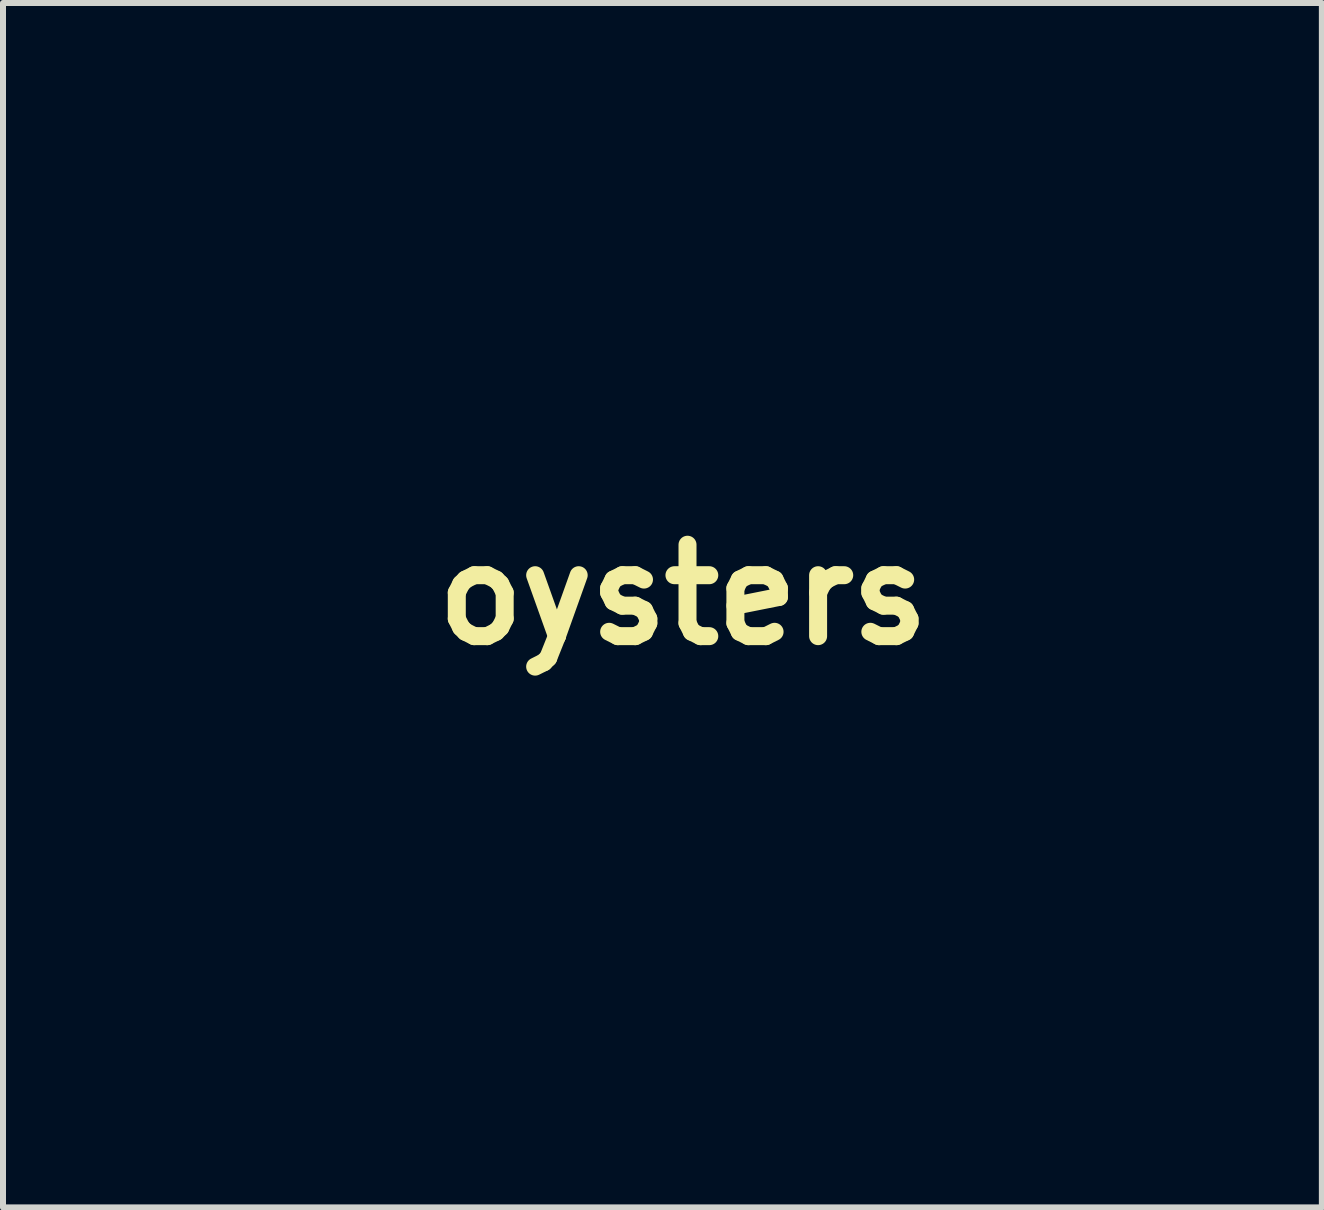
<source format=kicad_pcb>
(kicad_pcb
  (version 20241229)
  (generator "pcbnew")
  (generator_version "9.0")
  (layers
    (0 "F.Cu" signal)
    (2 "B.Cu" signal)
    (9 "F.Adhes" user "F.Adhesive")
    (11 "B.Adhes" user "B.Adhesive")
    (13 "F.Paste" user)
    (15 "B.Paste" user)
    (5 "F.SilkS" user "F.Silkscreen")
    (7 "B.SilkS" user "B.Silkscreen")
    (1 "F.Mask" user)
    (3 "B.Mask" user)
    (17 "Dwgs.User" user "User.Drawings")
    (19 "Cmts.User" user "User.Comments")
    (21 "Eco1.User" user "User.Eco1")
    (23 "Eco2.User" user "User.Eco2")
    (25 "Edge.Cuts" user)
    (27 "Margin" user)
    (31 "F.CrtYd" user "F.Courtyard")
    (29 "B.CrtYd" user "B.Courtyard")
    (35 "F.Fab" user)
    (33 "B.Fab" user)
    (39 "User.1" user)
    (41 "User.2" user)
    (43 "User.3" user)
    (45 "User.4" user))
  (footprint "oysters"
    (layer "F.Cu")
    (at 8.339 6.866)
    (property "Reference" "oysters" (at 0 0 0) (layer "F.SilkS") (effects (font (size 1.524 1.524) (thickness 0.3))))
    (attr board_only exclude_from_pos_files exclude_from_bom)
    (fp_poly (pts (xy 1.568 -3.214) (xy 1.646 -3.127) (xy 1.729 -3.004) (xy 1.807 -2.863) (xy 1.869 -2.721) (xy 1.905 -2.598) (xy 1.91 -2.55) (xy 1.89 -2.433) (xy 1.842 -2.357) (xy 1.78 -2.329) (xy 1.718 -2.358) (xy 1.683 -2.416) (xy 1.645 -2.515) (xy 1.605 -2.622) (xy 1.551 -2.72) (xy 1.464 -2.833) (xy 1.411 -2.89) (xy 1.328 -2.979) (xy 1.273 -3.051) (xy 1.261 -3.08) (xy 1.291 -3.132) (xy 1.364 -3.19) (xy 1.45 -3.234) (xy 1.505 -3.247)) (stroke (width 0) (type solid)) (fill yes) (layer "F.Mask"))
    (fp_poly (pts (xy -6.883 1.053) (xy -6.784 1.12) (xy -6.744 1.233) (xy -6.75 1.325) (xy -6.792 1.49) (xy -6.86 1.591) (xy -6.964 1.637) (xy -7.034 1.642) (xy -7.174 1.62) (xy -7.278 1.549) (xy -7.356 1.423) (xy -7.362 1.312) (xy -7.069 1.312) (xy -7.06 1.378) (xy -7.05 1.399) (xy -7.002 1.475) (xy -6.963 1.476) (xy -6.931 1.4) (xy -6.93 1.396) (xy -6.92 1.295) (xy -6.952 1.248) (xy -7.019 1.264) (xy -7.024 1.267) (xy -7.069 1.312) (xy -7.362 1.312) (xy -7.364 1.282) (xy -7.3 1.142) (xy -7.293 1.132) (xy -7.223 1.065) (xy -7.134 1.036) (xy -7.044 1.031)) (stroke (width 0) (type solid)) (fill yes) (layer "F.Mask"))
    (fp_poly (pts (xy -6.393 4.115) (xy -6.345 4.129) (xy -6.198 4.208) (xy -6.102 4.336) (xy -6.063 4.5) (xy -6.084 4.689) (xy -6.113 4.774) (xy -6.193 4.887) (xy -6.321 4.98) (xy -6.468 5.034) (xy -6.539 5.042) (xy -6.676 5.042) (xy -6.643 5.185) (xy -6.615 5.326) (xy -6.61 5.444) (xy -6.63 5.56) (xy -6.682 5.692) (xy -6.768 5.861) (xy -6.816 5.947) (xy -6.864 5.971) (xy -6.958 5.988) (xy -7.069 5.997) (xy -7.168 5.994) (xy -7.213 5.984) (xy -7.305 5.907) (xy -7.385 5.772) (xy -7.445 5.599) (xy -7.447 5.589) (xy -7.092 5.589) (xy -7.086 5.612) (xy -7.066 5.615) (xy -7.035 5.601) (xy -7.041 5.589) (xy -7.086 5.585) (xy -7.092 5.589) (xy -7.447 5.589) (xy -7.468 5.477) (xy -7.479 5.361) (xy -7.464 5.28) (xy -7.413 5.2) (xy -7.362 5.14) (xy -7.266 5.043) (xy -7.172 4.992) (xy -7.044 4.967) (xy -6.927 4.946) (xy -6.875 4.918) (xy -6.871 4.888) (xy -6.917 4.639) (xy -6.908 4.438) (xy -6.842 4.278) (xy -6.737 4.167) (xy -6.638 4.107) (xy -6.532 4.09)) (stroke (width 0) (type solid)) (fill yes) (layer "F.Mask"))
    (fp_poly (pts (xy 2.256 -3.272) (xy 2.365 -3.21) (xy 2.522 -3.109) (xy 2.537 -3.099) (xy 2.674 -2.994) (xy 2.813 -2.867) (xy 2.941 -2.73) (xy 3.045 -2.599) (xy 3.113 -2.488) (xy 3.132 -2.423) (xy 3.12 -2.327) (xy 3.089 -2.202) (xy 3.048 -2.074) (xy 3.005 -1.967) (xy 2.966 -1.905) (xy 2.96 -1.9) (xy 2.91 -1.84) (xy 2.903 -1.807) (xy 2.874 -1.644) (xy 2.799 -1.491) (xy 2.696 -1.383) (xy 2.597 -1.32) (xy 2.543 -1.304) (xy 2.523 -1.334) (xy 2.521 -1.367) (xy 2.539 -1.446) (xy 2.556 -1.472) (xy 2.586 -1.531) (xy 2.622 -1.64) (xy 2.659 -1.776) (xy 2.69 -1.914) (xy 2.709 -2.029) (xy 2.712 -2.073) (xy 2.69 -2.19) (xy 2.631 -2.345) (xy 2.546 -2.515) (xy 2.446 -2.677) (xy 2.392 -2.75) (xy 2.317 -2.849) (xy 2.267 -2.927) (xy 2.266 -2.93) (xy 2.497 -2.93) (xy 2.504 -2.888) (xy 2.547 -2.802) (xy 2.617 -2.688) (xy 2.63 -2.668) (xy 2.707 -2.548) (xy 2.763 -2.45) (xy 2.788 -2.393) (xy 2.788 -2.39) (xy 2.809 -2.329) (xy 2.85 -2.258) (xy 2.901 -2.201) (xy 2.935 -2.208) (xy 2.945 -2.221) (xy 2.975 -2.304) (xy 2.979 -2.34) (xy 2.957 -2.417) (xy 2.901 -2.521) (xy 2.821 -2.637) (xy 2.729 -2.751) (xy 2.638 -2.849) (xy 2.56 -2.915) (xy 2.506 -2.935) (xy 2.497 -2.93) (xy 2.266 -2.93) (xy 2.254 -2.958) (xy 2.229 -3.007) (xy 2.169 -3.082) (xy 2.152 -3.1) (xy 2.089 -3.177) (xy 2.078 -3.229) (xy 2.098 -3.262) (xy 2.135 -3.293) (xy 2.183 -3.298)) (stroke (width 0) (type solid)) (fill yes) (layer "F.Mask"))
    (fp_poly (pts (xy -5.586 2.458) (xy -5.505 2.524) (xy -5.483 2.573) (xy -5.463 2.673) (xy -5.443 2.766) (xy -5.444 2.857) (xy -5.471 2.964) (xy -5.514 3.062) (xy -5.562 3.123) (xy -5.585 3.132) (xy -5.614 3.161) (xy -5.615 3.17) (xy -5.582 3.2) (xy -5.524 3.208) (xy -5.432 3.232) (xy -5.333 3.288) (xy -5.329 3.291) (xy -5.27 3.344) (xy -5.241 3.401) (xy -5.235 3.486) (xy -5.241 3.597) (xy -5.267 3.772) (xy -5.327 3.914) (xy -5.37 3.982) (xy -5.446 4.08) (xy -5.514 4.13) (xy -5.604 4.149) (xy -5.654 4.153) (xy -5.825 4.137) (xy -5.919 4.095) (xy -6.018 4.019) (xy -6.106 3.944) (xy -6.186 3.884) (xy -6.252 3.858) (xy -6.253 3.858) (xy -6.314 3.832) (xy -6.395 3.77) (xy -6.417 3.749) (xy -6.431 3.733) (xy -5.832 3.733) (xy -5.815 3.814) (xy -5.783 3.846) (xy -5.709 3.883) (xy -5.653 3.863) (xy -5.603 3.778) (xy -5.578 3.713) (xy -5.549 3.613) (xy -5.54 3.546) (xy -5.543 3.534) (xy -5.588 3.536) (xy -5.669 3.566) (xy -5.683 3.573) (xy -5.786 3.648) (xy -5.832 3.733) (xy -6.431 3.733) (xy -6.487 3.669) (xy -6.508 3.598) (xy -6.494 3.497) (xy -6.492 3.491) (xy -6.44 3.36) (xy -6.358 3.256) (xy -6.262 3.196) (xy -6.178 3.192) (xy -6.123 3.201) (xy -6.123 3.163) (xy -6.13 3.146) (xy -6.182 2.951) (xy -6.173 2.831) (xy -5.784 2.831) (xy -5.783 2.871) (xy -5.742 2.887) (xy -5.718 2.869) (xy -5.694 2.82) (xy -5.701 2.804) (xy -5.747 2.796) (xy -5.784 2.831) (xy -6.173 2.831) (xy -6.171 2.804) (xy -6.119 2.703) (xy -6.022 2.591) (xy -5.904 2.493) (xy -5.808 2.44) (xy -5.696 2.426)) (stroke (width 0) (type solid)) (fill yes) (layer "F.Mask"))
    (fp_poly (pts (xy -7.81 1.463) (xy -7.703 1.505) (xy -7.593 1.586) (xy -7.502 1.685) (xy -7.453 1.78) (xy -7.449 1.805) (xy -7.421 1.861) (xy -7.389 1.872) (xy -7.324 1.897) (xy -7.243 1.959) (xy -7.233 1.968) (xy -7.172 2.042) (xy -7.152 2.117) (xy -7.163 2.226) (xy -7.188 2.345) (xy -7.219 2.441) (xy -7.226 2.457) (xy -7.253 2.527) (xy -7.238 2.543) (xy -7.197 2.506) (xy -7.161 2.453) (xy -7.049 2.332) (xy -6.904 2.269) (xy -6.743 2.268) (xy -6.583 2.329) (xy -6.512 2.38) (xy -6.413 2.482) (xy -6.365 2.581) (xy -6.355 2.647) (xy -6.369 2.81) (xy -6.427 2.984) (xy -6.513 3.131) (xy -6.525 3.145) (xy -6.592 3.199) (xy -6.69 3.255) (xy -6.789 3.3) (xy -6.861 3.318) (xy -6.87 3.317) (xy -6.923 3.308) (xy -6.996 3.296) (xy -7.143 3.238) (xy -7.246 3.126) (xy -7.294 2.973) (xy -7.296 2.933) (xy -7.305 2.786) (xy -7.336 2.707) (xy -7.396 2.686) (xy -7.493 2.718) (xy -7.504 2.723) (xy -7.621 2.771) (xy -7.722 2.785) (xy -7.841 2.767) (xy -7.923 2.746) (xy -8.091 2.67) (xy -8.131 2.633) (xy -6.722 2.633) (xy -6.695 2.672) (xy -6.684 2.674) (xy -6.647 2.661) (xy -6.646 2.657) (xy -6.673 2.624) (xy -6.684 2.616) (xy -6.719 2.619) (xy -6.722 2.633) (xy -8.131 2.633) (xy -8.215 2.556) (xy -8.281 2.416) (xy -8.282 2.404) (xy -8.021 2.404) (xy -7.993 2.443) (xy -7.983 2.445) (xy -7.946 2.431) (xy -7.945 2.428) (xy -7.971 2.395) (xy -7.983 2.387) (xy -8.018 2.39) (xy -8.021 2.404) (xy -8.282 2.404) (xy -8.288 2.349) (xy -8.298 2.236) (xy -8.323 2.146) (xy -8.326 2.141) (xy -8.339 2.067) (xy -8.318 1.949) (xy -8.284 1.839) (xy -8.255 1.776) (xy -7.891 1.776) (xy -7.887 1.795) (xy -7.832 1.83) (xy -7.806 1.833) (xy -7.769 1.814) (xy -7.773 1.795) (xy -7.828 1.76) (xy -7.854 1.757) (xy -7.891 1.776) (xy -8.255 1.776) (xy -8.192 1.644) (xy -8.072 1.517) (xy -7.925 1.461)) (stroke (width 0) (type solid)) (fill yes) (layer "F.Mask"))
    (fp_poly (pts (xy -0.021 -3.274) (xy 0.11 -3.252) (xy 0.2 -3.206) (xy 0.277 -3.127) (xy 0.35 -3.027) (xy 0.4 -2.934) (xy 0.407 -2.912) (xy 0.447 -2.84) (xy 0.516 -2.836) (xy 0.594 -2.883) (xy 0.678 -2.917) (xy 0.803 -2.937) (xy 0.86 -2.94) (xy 0.997 -2.931) (xy 1.101 -2.891) (xy 1.193 -2.825) (xy 1.303 -2.708) (xy 1.372 -2.562) (xy 1.406 -2.372) (xy 1.413 -2.202) (xy 1.392 -1.994) (xy 1.323 -1.832) (xy 1.196 -1.699) (xy 1.147 -1.662) (xy 0.966 -1.571) (xy 0.788 -1.543) (xy 0.627 -1.578) (xy 0.588 -1.599) (xy 0.505 -1.664) (xy 0.418 -1.753) (xy 0.346 -1.842) (xy 0.307 -1.911) (xy 0.306 -1.923) (xy 0.293 -1.97) (xy 0.268 -2.043) (xy 0.256 -2.074) (xy 0.46 -2.074) (xy 0.463 -2.006) (xy 0.502 -1.918) (xy 0.57 -1.83) (xy 0.689 -1.741) (xy 0.8 -1.724) (xy 0.877 -1.756) (xy 0.907 -1.788) (xy 0.889 -1.835) (xy 0.839 -1.892) (xy 0.738 -1.982) (xy 0.625 -2.055) (xy 0.526 -2.097) (xy 0.498 -2.101) (xy 0.46 -2.074) (xy 0.256 -2.074) (xy 0.229 -2.143) (xy 0.092 -2.038) (xy -0.071 -1.952) (xy -0.227 -1.94) (xy -0.369 -2.001) (xy -0.489 -2.132) (xy -0.52 -2.185) (xy -0.56 -2.318) (xy -0.563 -2.366) (xy -0.382 -2.366) (xy -0.357 -2.292) (xy -0.297 -2.206) (xy -0.224 -2.133) (xy -0.161 -2.101) (xy -0.159 -2.101) (xy -0.108 -2.127) (xy -0.075 -2.16) (xy -0.048 -2.214) (xy -0.078 -2.267) (xy -0.099 -2.287) (xy -0.191 -2.354) (xy -0.277 -2.399) (xy -0.351 -2.424) (xy -0.378 -2.407) (xy -0.382 -2.366) (xy -0.563 -2.366) (xy -0.574 -2.495) (xy -0.564 -2.687) (xy -0.53 -2.865) (xy -0.493 -2.967) (xy -0.439 -3.057) (xy -0.185 -3.057) (xy -0.148 -2.994) (xy -0.121 -2.963) (xy -0.064 -2.874) (xy -0.014 -2.757) (xy 0.019 -2.64) (xy 0.028 -2.549) (xy 0.02 -2.523) (xy 0.025 -2.471) (xy 0.062 -2.4) (xy 0.111 -2.343) (xy 0.139 -2.33) (xy 0.162 -2.36) (xy 0.204 -2.433) (xy 0.209 -2.443) (xy 0.264 -2.609) (xy 0.265 -2.74) (xy 0.774 -2.74) (xy 0.829 -2.667) (xy 0.843 -2.651) (xy 0.914 -2.542) (xy 0.958 -2.407) (xy 0.968 -2.279) (xy 0.949 -2.204) (xy 0.934 -2.144) (xy 0.965 -2.078) (xy 1.016 -2.02) (xy 1.117 -1.934) (xy 1.188 -1.915) (xy 1.235 -1.964) (xy 1.237 -1.97) (xy 1.256 -2.075) (xy 1.258 -2.223) (xy 1.243 -2.38) (xy 1.221 -2.49) (xy 1.153 -2.617) (xy 1.039 -2.721) (xy 0.905 -2.781) (xy 0.845 -2.788) (xy 0.779 -2.778) (xy 0.774 -2.74) (xy 0.265 -2.74) (xy 0.265 -2.772) (xy 0.218 -2.917) (xy 0.13 -3.027) (xy 0.006 -3.087) (xy -0.059 -3.094) (xy -0.157 -3.086) (xy -0.185 -3.057) (xy -0.439 -3.057) (xy -0.392 -3.135) (xy -0.277 -3.235) (xy -0.135 -3.276)) (stroke (width 0) (type solid)) (fill yes) (layer "F.Mask"))
    (fp_poly (pts (xy 2.862 -6.855) (xy 2.892 -6.781) (xy 2.887 -6.706) (xy 2.88 -6.605) (xy 2.912 -6.543) (xy 2.934 -6.525) (xy 3.005 -6.448) (xy 3.032 -6.392) (xy 3.095 -6.318) (xy 3.187 -6.286) (xy 3.347 -6.227) (xy 3.481 -6.111) (xy 3.599 -5.929) (xy 3.619 -5.889) (xy 3.666 -5.785) (xy 3.696 -5.693) (xy 3.713 -5.591) (xy 3.72 -5.457) (xy 3.721 -5.27) (xy 3.721 -5.246) (xy 3.719 -4.819) (xy 3.892 -4.793) (xy 4.042 -4.756) (xy 4.193 -4.696) (xy 4.22 -4.682) (xy 4.345 -4.627) (xy 4.503 -4.574) (xy 4.611 -4.547) (xy 4.789 -4.496) (xy 4.905 -4.432) (xy 4.954 -4.359) (xy 4.935 -4.285) (xy 4.884 -4.203) (xy 4.864 -4.163) (xy 4.815 -4.054) (xy 4.756 -3.929) (xy 4.701 -3.816) (xy 4.663 -3.744) (xy 4.662 -3.743) (xy 4.618 -3.638) (xy 4.572 -3.479) (xy 4.532 -3.291) (xy 4.502 -3.096) (xy 4.491 -2.996) (xy 4.459 -2.765) (xy 4.401 -2.534) (xy 4.327 -2.33) (xy 4.26 -2.204) (xy 4.217 -2.079) (xy 4.222 -2.011) (xy 4.225 -1.929) (xy 4.21 -1.798) (xy 4.182 -1.643) (xy 4.147 -1.487) (xy 4.109 -1.355) (xy 4.082 -1.29) (xy 4.064 -1.216) (xy 4.051 -1.097) (xy 4.048 -1.003) (xy 4.041 -0.848) (xy 4.025 -0.697) (xy 4.013 -0.63) (xy 3.99 -0.498) (xy 3.971 -0.34) (xy 3.966 -0.271) (xy 3.961 -0.151) (xy 3.971 -0.085) (xy 4.006 -0.051) (xy 4.068 -0.03) (xy 4.164 -0.013) (xy 4.305 -0.001) (xy 4.463 0.003) (xy 4.464 0.003) (xy 4.611 0.007) (xy 4.733 0.018) (xy 4.805 0.034) (xy 4.808 0.035) (xy 4.864 0.048) (xy 4.983 0.065) (xy 5.154 0.085) (xy 5.364 0.106) (xy 5.601 0.127) (xy 5.672 0.133) (xy 6.081 0.169) (xy 6.42 0.208) (xy 6.696 0.251) (xy 6.916 0.298) (xy 7.085 0.353) (xy 7.211 0.415) (xy 7.284 0.47) (xy 7.464 0.686) (xy 7.584 0.932) (xy 7.627 1.113) (xy 7.643 1.25) (xy 7.648 1.358) (xy 7.639 1.461) (xy 7.614 1.586) (xy 7.572 1.757) (xy 7.568 1.77) (xy 7.517 1.953) (xy 7.466 2.086) (xy 7.403 2.194) (xy 7.312 2.303) (xy 7.241 2.378) (xy 7.126 2.487) (xy 7.019 2.562) (xy 6.902 2.61) (xy 6.756 2.637) (xy 6.563 2.648) (xy 6.417 2.649) (xy 6.113 2.637) (xy 5.84 2.596) (xy 5.566 2.518) (xy 5.29 2.41) (xy 5.207 2.379) (xy 5.088 2.341) (xy 5.042 2.327) (xy 4.91 2.28) (xy 4.792 2.223) (xy 4.765 2.205) (xy 4.704 2.171) (xy 4.634 2.152) (xy 4.537 2.147) (xy 4.39 2.155) (xy 4.32 2.16) (xy 3.981 2.186) (xy 3.961 2.338) (xy 3.917 2.488) (xy 3.839 2.598) (xy 3.739 2.654) (xy 3.664 2.654) (xy 3.577 2.653) (xy 3.513 2.71) (xy 3.501 2.726) (xy 3.402 2.823) (xy 3.285 2.853) (xy 3.188 2.826) (xy 3.118 2.801) (xy 3.05 2.818) (xy 2.985 2.86) (xy 2.898 2.912) (xy 2.829 2.918) (xy 2.77 2.896) (xy 2.703 2.873) (xy 2.649 2.886) (xy 2.583 2.944) (xy 2.547 2.982) (xy 2.434 3.094) (xy 2.308 3.203) (xy 2.282 3.223) (xy 2.187 3.305) (xy 2.148 3.377) (xy 2.159 3.465) (xy 2.216 3.592) (xy 2.274 3.689) (xy 2.332 3.732) (xy 2.417 3.742) (xy 2.493 3.731) (xy 2.755 3.731) (xy 2.768 3.774) (xy 2.805 3.781) (xy 2.859 3.749) (xy 2.885 3.702) (xy 2.894 3.621) (xy 2.866 3.595) (xy 2.813 3.634) (xy 2.804 3.645) (xy 2.755 3.731) (xy 2.493 3.731) (xy 2.499 3.73) (xy 2.563 3.686) (xy 2.631 3.591) (xy 2.64 3.575) (xy 2.738 3.454) (xy 2.864 3.382) (xy 3.039 3.346) (xy 3.06 3.344) (xy 3.098 3.368) (xy 3.18 3.434) (xy 3.296 3.533) (xy 3.434 3.655) (xy 3.583 3.791) (xy 3.731 3.93) (xy 3.805 4) (xy 3.913 4.098) (xy 4.009 4.169) (xy 4.073 4.201) (xy 4.078 4.202) (xy 4.141 4.222) (xy 4.244 4.276) (xy 4.365 4.352) (xy 4.369 4.354) (xy 4.506 4.439) (xy 4.641 4.508) (xy 4.737 4.545) (xy 4.863 4.592) (xy 4.936 4.663) (xy 4.978 4.781) (xy 4.983 4.803) (xy 5.022 4.9) (xy 5.079 4.927) (xy 5.158 4.95) (xy 5.238 5) (xy 5.29 5.054) (xy 5.317 5.123) (xy 5.326 5.231) (xy 5.326 5.301) (xy 5.321 5.414) (xy 5.308 5.513) (xy 5.281 5.618) (xy 5.233 5.747) (xy 5.161 5.922) (xy 5.137 5.978) (xy 5.073 6.131) (xy 5.008 6.294) (xy 4.987 6.352) (xy 4.927 6.485) (xy 4.856 6.606) (xy 4.828 6.643) (xy 4.768 6.723) (xy 4.736 6.779) (xy 4.735 6.785) (xy 4.703 6.853) (xy 4.625 6.933) (xy 4.524 7.004) (xy 4.489 7.021) (xy 4.382 7.055) (xy 4.243 7.081) (xy 4.178 7.088) (xy 4.031 7.11) (xy 3.89 7.145) (xy 3.844 7.162) (xy 3.675 7.213) (xy 3.545 7.211) (xy 3.462 7.156) (xy 3.449 7.133) (xy 3.383 6.925) (xy 3.345 6.674) (xy 3.337 6.406) (xy 3.35 6.243) (xy 3.366 6.094) (xy 3.374 5.972) (xy 3.372 5.898) (xy 3.37 5.89) (xy 3.327 5.844) (xy 3.24 5.785) (xy 3.2 5.763) (xy 3.034 5.668) (xy 2.844 5.542) (xy 2.662 5.408) (xy 2.54 5.307) (xy 2.429 5.22) (xy 2.311 5.146) (xy 2.301 5.141) (xy 2.203 5.066) (xy 2.196 5.05) (xy 2.559 5.05) (xy 2.589 5.086) (xy 2.645 5.122) (xy 2.744 5.184) (xy 2.807 5.234) (xy 2.895 5.302) (xy 3 5.372) (xy 3.001 5.372) (xy 3.115 5.443) (xy 3.237 5.521) (xy 3.249 5.529) (xy 3.368 5.592) (xy 3.449 5.595) (xy 3.504 5.535) (xy 3.525 5.481) (xy 3.58 5.36) (xy 3.648 5.274) (xy 3.716 5.234) (xy 3.772 5.25) (xy 3.792 5.282) (xy 3.79 5.34) (xy 3.767 5.449) (xy 3.728 5.586) (xy 3.72 5.612) (xy 3.672 5.773) (xy 3.634 5.929) (xy 3.612 6.047) (xy 3.612 6.05) (xy 3.597 6.186) (xy 3.577 6.345) (xy 3.569 6.405) (xy 3.559 6.532) (xy 3.564 6.636) (xy 3.574 6.672) (xy 3.607 6.76) (xy 3.624 6.847) (xy 3.636 6.87) (xy 3.669 6.865) (xy 3.736 6.828) (xy 3.781 6.799) (xy 4.278 6.799) (xy 4.309 6.833) (xy 4.333 6.837) (xy 4.398 6.814) (xy 4.412 6.799) (xy 4.4 6.769) (xy 4.357 6.761) (xy 4.293 6.776) (xy 4.278 6.799) (xy 3.781 6.799) (xy 3.851 6.753) (xy 3.862 6.746) (xy 3.955 6.669) (xy 4.061 6.563) (xy 4.086 6.534) (xy 4.469 6.534) (xy 4.493 6.591) (xy 4.545 6.6) (xy 4.596 6.565) (xy 4.614 6.521) (xy 4.6 6.467) (xy 4.548 6.455) (xy 4.483 6.48) (xy 4.469 6.534) (xy 4.086 6.534) (xy 4.164 6.444) (xy 4.25 6.331) (xy 4.301 6.245) (xy 4.641 6.245) (xy 4.664 6.288) (xy 4.73 6.337) (xy 4.783 6.312) (xy 4.8 6.279) (xy 4.796 6.213) (xy 4.746 6.176) (xy 4.679 6.188) (xy 4.67 6.195) (xy 4.641 6.245) (xy 4.301 6.245) (xy 4.305 6.24) (xy 4.316 6.201) (xy 4.337 6.163) (xy 4.391 6.086) (xy 4.423 6.042) (xy 4.463 5.983) (xy 4.813 5.983) (xy 4.831 6.03) (xy 4.845 6.035) (xy 4.882 6.004) (xy 4.922 5.937) (xy 4.947 5.849) (xy 4.939 5.794) (xy 4.904 5.788) (xy 4.864 5.826) (xy 4.826 5.905) (xy 4.813 5.983) (xy 4.463 5.983) (xy 4.497 5.931) (xy 4.58 5.784) (xy 4.642 5.659) (xy 4.676 5.583) (xy 4.972 5.583) (xy 4.994 5.599) (xy 5.019 5.592) (xy 5.075 5.539) (xy 5.104 5.475) (xy 5.113 5.395) (xy 5.103 5.358) (xy 5.061 5.356) (xy 5.016 5.415) (xy 4.983 5.51) (xy 4.972 5.583) (xy 4.676 5.583) (xy 4.699 5.532) (xy 4.726 5.455) (xy 4.724 5.413) (xy 4.697 5.386) (xy 4.683 5.378) (xy 4.555 5.284) (xy 4.498 5.183) (xy 4.5 5.15) (xy 4.936 5.15) (xy 4.947 5.188) (xy 4.986 5.189) (xy 5.053 5.152) (xy 5.072 5.124) (xy 5.06 5.086) (xy 5.021 5.086) (xy 4.954 5.123) (xy 4.936 5.15) (xy 4.5 5.15) (xy 4.503 5.092) (xy 4.539 5.023) (xy 4.591 4.976) (xy 4.638 4.964) (xy 4.66 4.999) (xy 4.66 5.001) (xy 4.687 5.04) (xy 4.698 5.042) (xy 4.725 5.009) (xy 4.736 4.932) (xy 4.72 4.847) (xy 4.659 4.793) (xy 4.612 4.772) (xy 4.519 4.725) (xy 4.39 4.65) (xy 4.253 4.562) (xy 4.245 4.557) (xy 4.117 4.478) (xy 4.005 4.419) (xy 3.93 4.393) (xy 3.924 4.392) (xy 3.866 4.367) (xy 3.779 4.301) (xy 3.682 4.213) (xy 3.593 4.122) (xy 3.531 4.044) (xy 3.514 4.005) (xy 3.486 3.97) (xy 3.416 3.91) (xy 3.324 3.84) (xy 3.229 3.774) (xy 3.152 3.726) (xy 3.113 3.712) (xy 3.112 3.712) (xy 3.096 3.754) (xy 3.066 3.853) (xy 3.028 3.994) (xy 2.998 4.108) (xy 2.905 4.426) (xy 2.806 4.674) (xy 2.697 4.861) (xy 2.645 4.925) (xy 2.587 4.998) (xy 2.559 5.047) (xy 2.559 5.05) (xy 2.196 5.05) (xy 2.171 4.993) (xy 2.162 4.886) (xy 2.157 4.832) (xy 2.148 4.731) (xy 2.147 4.717) (xy 2.368 4.717) (xy 2.387 4.736) (xy 2.406 4.717) (xy 2.387 4.698) (xy 2.368 4.717) (xy 2.147 4.717) (xy 2.144 4.688) (xy 2.11 4.633) (xy 2.025 4.563) (xy 1.951 4.517) (xy 1.834 4.44) (xy 1.74 4.359) (xy 1.705 4.316) (xy 1.636 4.214) (xy 1.579 4.144) (xy 1.516 4.059) (xy 1.453 3.946) (xy 1.442 3.925) (xy 1.386 3.832) (xy 1.316 3.787) (xy 1.212 3.786) (xy 1.069 3.82) (xy 0.879 3.861) (xy 0.682 3.882) (xy 0.503 3.881) (xy 0.364 3.858) (xy 0.325 3.842) (xy 0.208 3.801) (xy 0.073 3.782) (xy 0.057 3.782) (xy -0.083 3.771) (xy -0.22 3.745) (xy -0.229 3.742) (xy -0.351 3.715) (xy -0.5 3.693) (xy -0.554 3.687) (xy -0.724 3.656) (xy -0.934 3.59) (xy -1.16 3.501) (xy -1.379 3.396) (xy -1.563 3.288) (xy -1.694 3.203) (xy -1.817 3.125) (xy -1.888 3.081) (xy -2.002 3.002) (xy -2.109 2.913) (xy -2.171 2.861) (xy -2.231 2.835) (xy -2.316 2.829) (xy -2.45 2.84) (xy -2.461 2.841) (xy -2.632 2.861) (xy -2.739 2.883) (xy -2.799 2.914) (xy -2.823 2.958) (xy -2.826 3.002) (xy -2.808 3.069) (xy -2.744 3.127) (xy -2.657 3.173) (xy -2.529 3.239) (xy -2.456 3.302) (xy -2.418 3.385) (xy -2.398 3.513) (xy -2.397 3.514) (xy -2.368 3.66) (xy -2.319 3.815) (xy -2.301 3.858) (xy -2.254 3.97) (xy -2.225 4.06) (xy -2.22 4.087) (xy -2.216 4.143) (xy -2.206 4.261) (xy -2.191 4.426) (xy -2.172 4.624) (xy -2.16 4.751) (xy -2.142 4.959) (xy -2.128 5.14) (xy -2.12 5.28) (xy -2.118 5.366) (xy -2.12 5.387) (xy -2.125 5.438) (xy -2.115 5.536) (xy -2.106 5.587) (xy -2.101 5.744) (xy -2.153 5.862) (xy -2.269 5.948) (xy -2.452 6.005) (xy -2.488 6.012) (xy -2.597 6.049) (xy -2.661 6.123) (xy -2.674 6.151) (xy -2.749 6.268) (xy -2.867 6.391) (xy -3.002 6.493) (xy -3.089 6.538) (xy -3.207 6.574) (xy -3.376 6.607) (xy -3.6 6.64) (xy -3.889 6.671) (xy -4.155 6.696) (xy -4.7 6.743) (xy -4.814 6.639) (xy -4.886 6.563) (xy -4.925 6.502) (xy -4.927 6.491) (xy -4.942 6.455) (xy -4.469 6.455) (xy -4.437 6.486) (xy -4.392 6.493) (xy -4.33 6.477) (xy -4.316 6.455) (xy -4.348 6.424) (xy -4.392 6.417) (xy -4.455 6.433) (xy -4.469 6.455) (xy -4.942 6.455) (xy -4.95 6.435) (xy -4.989 6.379) (xy -3.667 6.379) (xy -3.639 6.416) (xy -3.631 6.417) (xy -3.579 6.389) (xy -3.571 6.379) (xy -3.58 6.346) (xy -3.607 6.34) (xy -3.659 6.36) (xy -3.667 6.379) (xy -4.989 6.379) (xy -5.007 6.353) (xy -5.023 6.333) (xy -5.04 6.303) (xy -3.36 6.303) (xy -3.341 6.348) (xy -3.296 6.356) (xy -3.222 6.348) (xy -3.155 6.332) (xy -3.132 6.315) (xy -3.159 6.266) (xy -3.219 6.21) (xy -3.284 6.17) (xy -3.32 6.167) (xy -3.354 6.223) (xy -3.36 6.303) (xy -5.04 6.303) (xy -5.099 6.195) (xy -5.114 6.062) (xy -4.811 6.062) (xy -4.786 6.113) (xy -4.774 6.118) (xy -4.709 6.125) (xy -4.586 6.129) (xy -4.426 6.129) (xy -4.246 6.126) (xy -4.067 6.12) (xy -3.906 6.112) (xy -3.784 6.102) (xy -3.724 6.093) (xy -3.626 6.049) (xy -3.508 5.976) (xy -3.457 5.937) (xy -3.327 5.852) (xy -3.171 5.775) (xy -3.094 5.746) (xy -2.957 5.696) (xy -2.835 5.639) (xy -2.782 5.609) (xy -2.659 5.547) (xy -2.565 5.548) (xy -2.506 5.61) (xy -2.498 5.634) (xy -2.469 5.711) (xy -2.426 5.723) (xy -2.381 5.7) (xy -2.364 5.65) (xy -2.357 5.537) (xy -2.361 5.375) (xy -2.373 5.178) (xy -2.392 4.957) (xy -2.417 4.727) (xy -2.446 4.5) (xy -2.478 4.29) (xy -2.512 4.11) (xy -2.546 3.972) (xy -2.568 3.91) (xy -2.612 3.846) (xy -2.677 3.832) (xy -2.728 3.84) (xy -2.855 3.872) (xy -2.954 3.904) (xy -3.09 3.934) (xy -3.292 3.946) (xy -3.549 3.94) (xy -3.854 3.916) (xy -4.106 3.887) (xy -4.157 3.891) (xy -4.174 3.936) (xy -4.172 4.01) (xy -4.148 4.128) (xy -4.105 4.228) (xy -4.105 4.228) (xy -4.062 4.307) (xy -4.049 4.355) (xy -4.033 4.406) (xy -3.991 4.508) (xy -3.931 4.643) (xy -3.896 4.717) (xy -3.797 4.953) (xy -3.75 5.14) (xy -3.754 5.274) (xy -3.798 5.345) (xy -3.845 5.365) (xy -3.892 5.328) (xy -3.917 5.293) (xy -4.005 5.213) (xy -4.113 5.198) (xy -4.231 5.242) (xy -4.347 5.338) (xy -4.448 5.482) (xy -4.49 5.569) (xy -4.55 5.678) (xy -4.638 5.801) (xy -4.679 5.849) (xy -4.775 5.972) (xy -4.811 6.062) (xy -5.114 6.062) (xy -5.117 6.044) (xy -5.083 5.926) (xy -5.039 5.863) (xy -4.961 5.768) (xy -4.892 5.69) (xy -4.809 5.592) (xy -4.753 5.513) (xy -4.736 5.477) (xy -4.711 5.414) (xy -4.644 5.32) (xy -4.554 5.213) (xy -4.455 5.114) (xy -4.385 5.055) (xy -4.283 4.996) (xy -4.188 4.966) (xy -4.174 4.965) (xy -4.113 4.956) (xy -4.101 4.911) (xy -4.111 4.86) (xy -4.142 4.761) (xy -4.19 4.633) (xy -4.211 4.583) (xy -4.288 4.394) (xy -4.365 4.189) (xy -4.435 3.984) (xy -4.494 3.797) (xy -4.537 3.643) (xy -4.557 3.54) (xy -4.558 3.524) (xy -4.555 3.514) (xy -4.316 3.514) (xy -4.302 3.545) (xy -4.291 3.539) (xy -4.286 3.494) (xy -4.291 3.489) (xy -4.313 3.494) (xy -4.316 3.514) (xy -4.555 3.514) (xy -4.547 3.48) (xy -4.15 3.48) (xy -4.137 3.537) (xy -4.113 3.588) (xy -4.1 3.567) (xy -4.094 3.54) (xy -4.093 3.492) (xy -4.011 3.492) (xy -4.001 3.581) (xy -3.978 3.627) (xy -3.972 3.629) (xy -3.944 3.596) (xy -3.934 3.534) (xy -3.817 3.534) (xy -3.803 3.616) (xy -3.771 3.659) (xy -3.739 3.638) (xy -3.73 3.609) (xy -3.629 3.609) (xy -3.608 3.66) (xy -3.59 3.667) (xy -3.556 3.636) (xy -3.552 3.609) (xy -3.573 3.559) (xy -3.59 3.552) (xy -3.624 3.583) (xy -3.629 3.609) (xy -3.73 3.609) (xy -3.715 3.564) (xy -3.708 3.485) (xy -2.83 3.485) (xy -2.812 3.552) (xy -2.8 3.566) (xy -2.746 3.582) (xy -2.703 3.541) (xy -2.693 3.492) (xy -2.723 3.426) (xy -2.76 3.407) (xy -2.81 3.426) (xy -2.83 3.485) (xy -3.708 3.485) (xy -3.705 3.451) (xy -3.713 3.338) (xy -3.737 3.294) (xy -3.753 3.294) (xy -3.788 3.34) (xy -3.811 3.43) (xy -3.817 3.534) (xy -3.934 3.534) (xy -3.934 3.533) (xy -3.933 3.449) (xy -3.931 3.41) (xy -3.958 3.374) (xy -3.969 3.369) (xy -3.997 3.392) (xy -4.01 3.475) (xy -4.011 3.492) (xy -4.093 3.492) (xy -4.093 3.47) (xy -4.103 3.447) (xy -4.138 3.437) (xy -4.15 3.48) (xy -4.547 3.48) (xy -4.525 3.382) (xy -4.43 3.277) (xy -4.303 3.225) (xy -4.202 3.196) (xy -4.065 3.149) (xy -3.953 3.105) (xy -3.724 3.012) (xy -3.737 2.758) (xy -3.736 2.605) (xy -2.826 2.605) (xy -2.794 2.626) (xy -2.716 2.628) (xy -2.617 2.616) (xy -2.526 2.593) (xy -2.471 2.563) (xy -2.444 2.517) (xy -2.448 2.505) (xy -2.495 2.499) (xy -2.585 2.513) (xy -2.687 2.539) (xy -2.776 2.57) (xy -2.824 2.599) (xy -2.826 2.605) (xy -3.736 2.605) (xy -3.736 2.525) (xy -3.7 2.348) (xy -3.688 2.325) (xy -3.04 2.325) (xy -2.994 2.32) (xy -2.941 2.292) (xy -2.905 2.262) (xy -2.94 2.254) (xy -2.948 2.254) (xy -3.017 2.274) (xy -3.037 2.292) (xy -3.04 2.325) (xy -3.688 2.325) (xy -3.625 2.211) (xy -3.506 2.1) (xy -3.421 2.043) (xy -3.344 2.009) (xy -3.249 1.992) (xy -3.113 1.987) (xy -3.033 1.986) (xy -2.885 1.982) (xy -2.767 1.971) (xy -2.701 1.955) (xy -2.693 1.949) (xy -2.688 1.894) (xy -2.698 1.79) (xy -2.717 1.66) (xy -2.742 1.529) (xy -2.77 1.421) (xy -2.788 1.374) (xy -2.812 1.3) (xy -2.838 1.189) (xy -2.844 1.154) (xy -2.864 1.056) (xy -2.871 1.033) (xy -2.617 1.033) (xy -2.605 1.142) (xy -2.582 1.252) (xy -2.56 1.318) (xy -2.535 1.398) (xy -2.504 1.52) (xy -2.486 1.604) (xy -2.44 1.774) (xy -2.371 1.968) (xy -2.285 2.17) (xy -2.189 2.367) (xy -2.092 2.544) (xy -2 2.686) (xy -1.921 2.779) (xy -1.881 2.806) (xy -1.826 2.835) (xy -1.724 2.896) (xy -1.593 2.978) (xy -1.514 3.029) (xy -1.203 3.212) (xy -0.912 3.343) (xy -0.617 3.43) (xy -0.461 3.461) (xy -0.295 3.49) (xy -0.138 3.521) (xy -0.021 3.547) (xy -0.019 3.548) (xy 0.138 3.57) (xy 0.333 3.572) (xy 0.536 3.557) (xy 0.716 3.526) (xy 0.813 3.496) (xy 0.934 3.457) (xy 1.047 3.438) (xy 1.059 3.438) (xy 1.139 3.421) (xy 1.266 3.376) (xy 1.418 3.312) (xy 1.509 3.268) (xy 1.742 3.142) (xy 1.94 3.006) (xy 2.041 2.914) (xy 2.368 2.914) (xy 2.39 2.906) (xy 2.448 2.854) (xy 2.527 2.772) (xy 2.614 2.675) (xy 2.695 2.577) (xy 2.744 2.513) (xy 2.791 2.424) (xy 2.828 2.326) (xy 2.841 2.244) (xy 2.821 2.222) (xy 2.777 2.257) (xy 2.715 2.344) (xy 2.688 2.393) (xy 2.614 2.52) (xy 2.523 2.66) (xy 2.488 2.711) (xy 2.42 2.811) (xy 2.377 2.888) (xy 2.368 2.914) (xy 2.041 2.914) (xy 2.115 2.847) (xy 2.281 2.652) (xy 2.452 2.408) (xy 2.591 2.184) (xy 2.663 2.062) (xy 2.699 1.992) (xy 2.702 1.958) (xy 2.674 1.949) (xy 2.639 1.948) (xy 2.573 1.978) (xy 2.5 2.053) (xy 2.487 2.072) (xy 2.331 2.307) (xy 2.199 2.484) (xy 2.084 2.616) (xy 1.973 2.714) (xy 1.875 2.779) (xy 1.733 2.866) (xy 1.581 2.964) (xy 1.528 3) (xy 1.415 3.07) (xy 1.309 3.107) (xy 1.177 3.122) (xy 1.11 3.124) (xy 0.962 3.133) (xy 0.831 3.152) (xy 0.76 3.172) (xy 0.647 3.2) (xy 0.544 3.196) (xy 0.478 3.161) (xy 0.469 3.146) (xy 0.487 3.088) (xy 0.566 3.029) (xy 0.692 2.974) (xy 0.849 2.93) (xy 1.025 2.903) (xy 1.027 2.903) (xy 1.199 2.881) (xy 1.326 2.848) (xy 1.438 2.793) (xy 1.495 2.756) (xy 1.599 2.69) (xy 1.678 2.646) (xy 1.708 2.635) (xy 1.769 2.608) (xy 1.86 2.536) (xy 1.969 2.431) (xy 2.086 2.307) (xy 2.197 2.176) (xy 2.293 2.054) (xy 2.36 1.951) (xy 2.387 1.883) (xy 2.385 1.868) (xy 2.335 1.844) (xy 2.246 1.833) (xy 2.246 1.833) (xy 2.152 1.852) (xy 2.048 1.916) (xy 1.944 2.005) (xy 1.843 2.093) (xy 1.76 2.155) (xy 1.714 2.177) (xy 1.657 2.199) (xy 1.571 2.253) (xy 1.544 2.273) (xy 1.438 2.335) (xy 1.336 2.367) (xy 1.318 2.368) (xy 1.247 2.374) (xy 1.173 2.397) (xy 1.083 2.445) (xy 0.963 2.525) (xy 0.799 2.644) (xy 0.783 2.656) (xy 0.628 2.766) (xy 0.503 2.838) (xy 0.38 2.883) (xy 0.233 2.912) (xy 0.125 2.926) (xy 0.014 2.941) (xy -0.063 2.956) (xy -0.08 2.962) (xy -0.127 2.961) (xy -0.224 2.943) (xy -0.31 2.921) (xy -0.476 2.879) (xy -0.656 2.84) (xy -0.722 2.827) (xy -0.964 2.748) (xy -1.18 2.602) (xy -1.368 2.394) (xy -1.415 2.336) (xy -1.177 2.336) (xy -1.131 2.402) (xy -1.079 2.454) (xy -0.979 2.534) (xy -0.872 2.594) (xy -0.776 2.628) (xy -0.709 2.63) (xy -0.688 2.6) (xy -0.7 2.54) (xy -0.725 2.466) (xy -0.775 2.391) (xy -0.864 2.368) (xy -0.875 2.368) (xy -0.996 2.355) (xy -1.086 2.331) (xy -1.163 2.312) (xy -1.177 2.336) (xy -1.415 2.336) (xy -1.453 2.29) (xy -1.577 2.153) (xy -1.721 2.002) (xy -1.848 1.876) (xy -2.074 1.638) (xy -2.238 1.422) (xy -2.336 1.232) (xy -2.368 1.078) (xy -2.38 1.05) (xy -2.185 1.05) (xy -2.184 1.089) (xy -2.143 1.193) (xy -2.057 1.331) (xy -1.938 1.485) (xy -1.798 1.639) (xy -1.678 1.753) (xy -1.533 1.868) (xy -1.367 1.981) (xy -1.196 2.082) (xy -1.039 2.161) (xy -0.914 2.207) (xy -0.861 2.216) (xy -0.721 2.231) (xy -0.632 2.285) (xy -0.574 2.393) (xy -0.56 2.439) (xy -0.511 2.565) (xy -0.442 2.644) (xy -0.378 2.681) (xy -0.193 2.736) (xy 0.025 2.741) (xy 0.251 2.696) (xy 0.307 2.677) (xy 0.454 2.605) (xy 0.601 2.508) (xy 0.649 2.468) (xy 0.863 2.293) (xy 1.047 2.18) (xy 1.198 2.133) (xy 1.235 2.131) (xy 1.39 2.102) (xy 1.528 2.014) (xy 1.584 1.937) (xy 1.781 1.937) (xy 1.818 1.939) (xy 1.864 1.902) (xy 1.907 1.837) (xy 1.887 1.8) (xy 1.857 1.795) (xy 1.806 1.827) (xy 1.784 1.872) (xy 1.781 1.937) (xy 1.584 1.937) (xy 1.624 1.883) (xy 1.627 1.875) (xy 1.656 1.791) (xy 1.645 1.747) (xy 1.604 1.719) (xy 1.533 1.694) (xy 1.41 1.666) (xy 1.261 1.638) (xy 1.243 1.635) (xy 1.094 1.614) (xy 0.999 1.608) (xy 0.935 1.619) (xy 0.88 1.649) (xy 0.849 1.673) (xy 0.772 1.73) (xy 0.651 1.816) (xy 0.507 1.915) (xy 0.426 1.97) (xy 0.185 2.121) (xy -0.014 2.215) (xy -0.18 2.253) (xy -0.32 2.234) (xy -0.446 2.158) (xy -0.564 2.025) (xy -0.612 1.956) (xy -0.697 1.883) (xy -0.842 1.824) (xy -0.864 1.818) (xy -1.064 1.737) (xy -1.276 1.603) (xy -1.476 1.433) (xy -1.628 1.263) (xy -1.706 1.172) (xy -1.451 1.172) (xy -1.423 1.21) (xy -1.347 1.279) (xy -1.238 1.368) (xy -1.194 1.402) (xy -0.993 1.537) (xy -0.827 1.61) (xy -0.772 1.623) (xy -0.65 1.66) (xy -0.531 1.723) (xy -0.435 1.797) (xy -0.385 1.868) (xy -0.382 1.886) (xy -0.352 1.959) (xy -0.285 2.015) (xy -0.247 2.024) (xy -0.187 2.014) (xy -0.083 1.988) (xy -0.023 1.97) (xy 0.094 1.923) (xy 0.251 1.844) (xy 0.424 1.746) (xy 0.592 1.641) (xy 0.684 1.578) (xy 0.688 1.547) (xy 0.627 1.515) (xy 0.51 1.484) (xy 0.35 1.456) (xy 0.155 1.431) (xy -0.062 1.412) (xy -0.291 1.401) (xy -0.408 1.398) (xy -0.622 1.396) (xy -0.774 1.392) (xy -0.877 1.383) (xy -0.946 1.368) (xy -0.996 1.344) (xy -1.039 1.309) (xy -1.058 1.292) (xy -1.138 1.235) (xy -1.239 1.188) (xy -1.339 1.157) (xy -1.417 1.149) (xy -1.451 1.17) (xy -1.451 1.172) (xy -1.706 1.172) (xy -1.736 1.137) (xy -1.836 1.064) (xy -1.955 1.028) (xy -2.071 1.018) (xy -2.156 1.021) (xy -2.185 1.05) (xy -2.38 1.05) (xy -2.402 1.002) (xy -2.487 0.942) (xy -2.596 0.917) (xy -2.6 0.917) (xy -2.617 0.95) (xy -2.617 1.033) (xy -2.871 1.033) (xy -2.881 0.999) (xy -2.886 0.993) (xy -2.926 1.008) (xy -3.009 1.045) (xy -3.035 1.057) (xy -3.142 1.097) (xy -3.224 1.092) (xy -3.256 1.079) (xy -3.375 1.041) (xy -3.565 1.006) (xy -3.795 0.978) (xy -3.903 0.942) (xy -3.959 0.857) (xy -3.972 0.756) (xy -4 0.651) (xy -4.069 0.598) (xy -4.159 0.605) (xy -4.215 0.643) (xy -4.307 0.701) (xy -4.451 0.765) (xy -4.625 0.824) (xy -4.805 0.873) (xy -4.965 0.901) (xy -5.148 0.923) (xy -5.267 0.94) (xy -5.334 0.958) (xy -5.362 0.981) (xy -5.362 1.014) (xy -5.353 1.042) (xy -5.333 1.166) (xy -5.351 1.32) (xy -5.411 1.52) (xy -5.432 1.577) (xy -5.519 1.709) (xy -5.653 1.8) (xy -5.812 1.847) (xy -5.979 1.846) (xy -6.133 1.796) (xy -6.254 1.694) (xy -6.262 1.683) (xy -6.331 1.524) (xy -6.34 1.343) (xy -6.332 1.316) (xy -5.997 1.316) (xy -5.979 1.369) (xy -5.928 1.354) (xy -5.847 1.275) (xy -5.792 1.194) (xy -5.796 1.141) (xy -5.802 1.134) (xy -5.852 1.128) (xy -5.916 1.17) (xy -5.972 1.238) (xy -5.997 1.313) (xy -5.997 1.316) (xy -6.332 1.316) (xy -6.289 1.161) (xy -6.225 1.053) (xy -6.159 0.961) (xy -6.118 0.894) (xy -6.111 0.877) (xy -6.145 0.853) (xy -6.23 0.822) (xy -6.293 0.804) (xy -6.466 0.751) (xy -6.665 0.678) (xy -6.871 0.592) (xy -7.066 0.501) (xy -7.229 0.415) (xy -7.342 0.342) (xy -7.358 0.329) (xy -7.457 0.232) (xy -7.577 0.099) (xy -7.703 -0.05) (xy -7.819 -0.196) (xy -7.908 -0.32) (xy -7.946 -0.382) (xy -7.971 -0.462) (xy -7.997 -0.595) (xy -8.019 -0.758) (xy -8.026 -0.83) (xy -8.031 -1.213) (xy -7.692 -1.213) (xy -7.692 -1.023) (xy -7.685 -0.834) (xy -7.67 -0.664) (xy -7.649 -0.536) (xy -7.631 -0.481) (xy -7.587 -0.418) (xy -7.506 -0.316) (xy -7.401 -0.193) (xy -7.342 -0.127) (xy -7.091 0.113) (xy -6.835 0.277) (xy -6.572 0.367) (xy -6.566 0.368) (xy -6.455 0.395) (xy -6.368 0.428) (xy -6.366 0.428) (xy -6.27 0.467) (xy -6.136 0.505) (xy -5.983 0.541) (xy -5.826 0.571) (xy -5.683 0.592) (xy -5.572 0.601) (xy -5.509 0.595) (xy -5.501 0.586) (xy -5.523 0.539) (xy -5.578 0.456) (xy -5.616 0.404) (xy -5.682 0.306) (xy -5.7 0.272) (xy -5.286 0.272) (xy -5.268 0.334) (xy -5.209 0.405) (xy -5.117 0.413) (xy -5.022 0.367) (xy -4.974 0.32) (xy -4.976 0.262) (xy -4.997 0.208) (xy -5.039 0.14) (xy -5.078 0.137) (xy -5.089 0.147) (xy -5.165 0.186) (xy -5.2 0.191) (xy -5.272 0.21) (xy -5.286 0.272) (xy -5.7 0.272) (xy -5.723 0.228) (xy -5.729 0.203) (xy -5.73 0.171) (xy -5.743 0.158) (xy -5.785 0.168) (xy -5.875 0.201) (xy -5.932 0.223) (xy -6.122 0.268) (xy -6.318 0.27) (xy -6.498 0.231) (xy -6.638 0.155) (xy -6.667 0.128) (xy -6.728 0.025) (xy -6.76 -0.107) (xy -6.762 -0.241) (xy -6.739 -0.32) (xy -6.29 -0.32) (xy -6.277 -0.266) (xy -6.249 -0.223) (xy -6.203 -0.134) (xy -6.188 -0.068) (xy -6.159 -0.015) (xy -6.093 0.001) (xy -6.017 -0.02) (xy -5.959 -0.076) (xy -5.958 -0.076) (xy -5.939 -0.176) (xy -5.988 -0.259) (xy -6.098 -0.315) (xy -6.133 -0.323) (xy -6.244 -0.337) (xy -6.29 -0.32) (xy -6.739 -0.32) (xy -6.731 -0.347) (xy -6.703 -0.382) (xy -6.652 -0.445) (xy -6.662 -0.487) (xy -6.703 -0.497) (xy -6.75 -0.528) (xy -6.788 -0.578) (xy -5.69 -0.578) (xy -5.657 -0.53) (xy -5.643 -0.524) (xy -5.58 -0.533) (xy -5.53 -0.563) (xy -5.452 -0.599) (xy -5.401 -0.596) (xy -5.361 -0.562) (xy -5.351 -0.488) (xy -5.358 -0.419) (xy -5.365 -0.311) (xy -5.345 -0.271) (xy -5.297 -0.296) (xy -5.279 -0.313) (xy -5.234 -0.406) (xy -5.254 -0.517) (xy -5.335 -0.632) (xy -5.353 -0.649) (xy -5.433 -0.717) (xy -5.489 -0.737) (xy -5.552 -0.719) (xy -5.583 -0.703) (xy -5.664 -0.642) (xy -5.69 -0.578) (xy -6.788 -0.578) (xy -6.812 -0.609) (xy -6.852 -0.679) (xy -6.908 -0.806) (xy -6.926 -0.909) (xy -6.924 -0.933) (xy -6.633 -0.933) (xy -6.628 -0.86) (xy -6.58 -0.791) (xy -6.52 -0.764) (xy -6.463 -0.787) (xy -6.41 -0.827) (xy -6.358 -0.907) (xy -6.341 -1) (xy -6.364 -1.075) (xy -6.38 -1.09) (xy -6.439 -1.088) (xy -6.52 -1.047) (xy -6.596 -0.987) (xy -6.633 -0.933) (xy -6.924 -0.933) (xy -6.914 -1.027) (xy -6.914 -1.027) (xy -6.866 -1.171) (xy -6.79 -1.28) (xy -6.789 -1.281) (xy -6.732 -1.345) (xy -6.718 -1.388) (xy -5.834 -1.388) (xy -5.778 -1.299) (xy -5.698 -1.232) (xy -5.625 -1.236) (xy -5.584 -1.268) (xy -5.541 -1.34) (xy -5.572 -1.399) (xy -5.644 -1.436) (xy -5.762 -1.465) (xy -5.827 -1.446) (xy -5.834 -1.388) (xy -6.718 -1.388) (xy -6.709 -1.415) (xy -6.71 -1.492) (xy -6.226 -1.492) (xy -6.198 -1.453) (xy -6.188 -1.451) (xy -6.15 -1.464) (xy -6.149 -1.468) (xy -6.176 -1.501) (xy -6.188 -1.509) (xy -6.223 -1.506) (xy -6.226 -1.492) (xy -6.71 -1.492) (xy -6.71 -1.523) (xy -6.713 -1.56) (xy -6.718 -1.689) (xy -6.695 -1.786) (xy -6.666 -1.833) (xy -5.825 -1.833) (xy -5.822 -1.798) (xy -5.808 -1.795) (xy -5.769 -1.823) (xy -5.768 -1.833) (xy -5.781 -1.871) (xy -5.784 -1.872) (xy -5.817 -1.845) (xy -5.825 -1.833) (xy -6.666 -1.833) (xy -6.633 -1.889) (xy -6.631 -1.891) (xy -6.149 -1.891) (xy -6.13 -1.872) (xy -6.111 -1.891) (xy -6.13 -1.91) (xy -6.149 -1.891) (xy -6.631 -1.891) (xy -6.624 -1.901) (xy -6.596 -1.931) (xy -5.5 -1.931) (xy -5.48 -1.879) (xy -5.462 -1.872) (xy -5.425 -1.899) (xy -5.424 -1.908) (xy -5.452 -1.959) (xy -5.462 -1.967) (xy -5.495 -1.958) (xy -5.5 -1.931) (xy -6.596 -1.931) (xy -6.48 -2.055) (xy -6.321 -2.15) (xy -6.157 -2.18) (xy -6.001 -2.141) (xy -5.993 -2.137) (xy -5.923 -2.119) (xy -5.839 -2.147) (xy -5.79 -2.175) (xy -5.679 -2.227) (xy -5.573 -2.253) (xy -5.561 -2.254) (xy -5.429 -2.229) (xy -5.3 -2.167) (xy -5.208 -2.084) (xy -5.196 -2.065) (xy -5.162 -1.945) (xy -5.165 -1.805) (xy -5.201 -1.686) (xy -5.215 -1.664) (xy -5.251 -1.579) (xy -5.27 -1.46) (xy -5.271 -1.428) (xy -5.28 -1.298) (xy -5.303 -1.185) (xy -5.309 -1.166) (xy -5.323 -1.111) (xy -5.312 -1.058) (xy -5.266 -0.993) (xy -5.176 -0.897) (xy -5.137 -0.857) (xy -5.028 -0.744) (xy -4.965 -0.661) (xy -4.935 -0.587) (xy -4.927 -0.503) (xy -4.927 -0.493) (xy -4.938 -0.373) (xy -4.963 -0.273) (xy -4.97 -0.259) (xy -4.988 -0.204) (xy -4.967 -0.15) (xy -4.898 -0.076) (xy -4.874 -0.054) (xy -4.794 0.026) (xy -4.753 0.098) (xy -4.738 0.193) (xy -4.736 0.289) (xy -4.734 0.41) (xy -4.722 0.47) (xy -4.696 0.485) (xy -4.669 0.476) (xy -4.435 0.384) (xy -4.261 0.332) (xy -4.141 0.32) (xy -4.086 0.336) (xy -4.026 0.37) (xy -3.991 0.369) (xy -3.967 0.318) (xy -3.938 0.211) (xy -3.899 0.094) (xy -3.846 0.034) (xy -3.802 0.016) (xy -3.701 0.008) (xy -3.646 0.055) (xy -3.629 0.164) (xy -3.629 0.172) (xy -3.616 0.271) (xy -3.587 0.324) (xy -3.55 0.321) (xy -3.526 0.279) (xy -3.456 0.174) (xy -3.35 0.098) (xy -3.26 0.076) (xy -3.202 0.083) (xy -3.173 0.116) (xy -3.162 0.192) (xy -3.162 0.286) (xy -3.164 0.401) (xy -3.1 0.306) (xy -2.994 0.171) (xy -2.896 0.098) (xy -2.791 0.076) (xy -2.667 0.104) (xy -2.589 0.178) (xy -2.57 0.285) (xy -2.573 0.302) (xy -2.597 0.415) (xy -2.618 0.519) (xy -2.642 0.638) (xy -2.351 0.662) (xy -2.179 0.682) (xy -2.009 0.71) (xy -1.88 0.74) (xy -1.731 0.78) (xy -1.561 0.821) (xy -1.49 0.836) (xy -1.363 0.862) (xy -1.261 0.884) (xy -1.222 0.893) (xy -1.159 0.906) (xy -1.043 0.926) (xy -0.896 0.95) (xy -0.859 0.956) (xy -0.664 0.986) (xy -0.44 1.023) (xy -0.236 1.058) (xy -0.229 1.059) (xy 0.03 1.104) (xy 0.226 1.137) (xy 0.373 1.162) (xy 0.484 1.179) (xy 0.57 1.192) (xy 0.646 1.202) (xy 0.688 1.206) (xy 0.799 1.223) (xy 0.948 1.249) (xy 1.116 1.281) (xy 1.285 1.316) (xy 1.436 1.35) (xy 1.55 1.378) (xy 1.609 1.397) (xy 1.61 1.398) (xy 1.661 1.411) (xy 1.768 1.43) (xy 1.91 1.45) (xy 1.958 1.455) (xy 2.136 1.478) (xy 2.312 1.502) (xy 2.452 1.522) (xy 2.464 1.524) (xy 2.641 1.551) (xy 2.754 1.56) (xy 2.812 1.551) (xy 2.826 1.531) (xy 2.803 1.475) (xy 2.778 1.445) (xy 2.712 1.363) (xy 2.635 1.243) (xy 2.542 1.074) (xy 2.426 0.848) (xy 2.385 0.764) (xy 2.296 0.587) (xy 2.207 0.421) (xy 2.131 0.286) (xy 2.087 0.214) (xy 2.026 0.109) (xy 2.015 0.082) (xy 2.567 0.082) (xy 2.595 0.21) (xy 2.669 0.387) (xy 2.717 0.481) (xy 2.799 0.627) (xy 2.879 0.756) (xy 2.942 0.845) (xy 2.958 0.864) (xy 3.023 0.937) (xy 3.112 1.046) (xy 3.189 1.145) (xy 3.303 1.284) (xy 3.437 1.437) (xy 3.533 1.538) (xy 3.724 1.73) (xy 4.202 1.819) (xy 4.392 1.854) (xy 4.563 1.882) (xy 4.695 1.902) (xy 4.772 1.91) (xy 4.774 1.91) (xy 4.865 1.931) (xy 4.98 1.982) (xy 5.023 2.006) (xy 5.129 2.063) (xy 5.218 2.097) (xy 5.243 2.101) (xy 5.317 2.116) (xy 5.426 2.153) (xy 5.472 2.172) (xy 5.684 2.26) (xy 5.868 2.317) (xy 6.052 2.348) (xy 6.263 2.359) (xy 6.446 2.358) (xy 6.876 2.348) (xy 7.047 2.164) (xy 7.141 2.052) (xy 7.212 1.946) (xy 7.241 1.878) (xy 7.267 1.777) (xy 7.305 1.649) (xy 7.318 1.607) (xy 7.369 1.353) (xy 7.352 1.122) (xy 7.264 0.902) (xy 7.26 0.894) (xy 7.181 0.775) (xy 7.099 0.677) (xy 7.053 0.638) (xy 6.942 0.588) (xy 6.776 0.54) (xy 6.576 0.5) (xy 6.364 0.47) (xy 6.16 0.456) (xy 6.13 0.456) (xy 5.954 0.448) (xy 5.772 0.433) (xy 5.653 0.417) (xy 5.492 0.394) (xy 5.258 0.367) (xy 4.952 0.337) (xy 4.576 0.304) (xy 4.373 0.288) (xy 4.188 0.268) (xy 3.985 0.237) (xy 3.792 0.202) (xy 3.634 0.165) (xy 3.571 0.146) (xy 3.486 0.124) (xy 3.343 0.095) (xy 3.161 0.064) (xy 2.96 0.032) (xy 2.758 0.003) (xy 2.655 -0.01) (xy 2.587 0.008) (xy 2.567 0.082) (xy 2.015 0.082) (xy 1.99 0.018) (xy 1.986 -0.009) (xy 1.967 -0.062) (xy 1.938 -0.065) (xy 1.872 -0.073) (xy 1.833 -0.096) (xy 1.771 -0.125) (xy 1.655 -0.161) (xy 1.506 -0.197) (xy 1.451 -0.208) (xy 1.293 -0.243) (xy 1.157 -0.28) (xy 1.066 -0.313) (xy 1.05 -0.321) (xy 0.987 -0.345) (xy 0.853 -0.381) (xy 0.848 -0.382) (xy 2.483 -0.382) (xy 2.497 -0.351) (xy 2.508 -0.356) (xy 2.513 -0.402) (xy 2.508 -0.407) (xy 2.485 -0.402) (xy 2.483 -0.382) (xy 0.848 -0.382) (xy 0.656 -0.428) (xy 0.399 -0.485) (xy 0.089 -0.55) (xy -0.27 -0.624) (xy -0.671 -0.703) (xy -0.993 -0.766) (xy -1.187 -0.804) (xy -1.371 -0.84) (xy -1.523 -0.869) (xy -1.604 -0.886) (xy -1.753 -0.914) (xy -1.918 -0.943) (xy -1.967 -0.951) (xy -2.096 -0.974) (xy -2.257 -1.007) (xy -2.459 -1.054) (xy -2.713 -1.115) (xy -3.027 -1.194) (xy -3.17 -1.23) (xy -3.361 -1.278) (xy -3.542 -1.324) (xy -3.608 -1.34) (xy -2.192 -1.34) (xy -2.191 -1.297) (xy -2.149 -1.266) (xy -2.142 -1.262) (xy -2.021 -1.225) (xy -1.907 -1.251) (xy -1.793 -1.342) (xy -1.675 -1.503) (xy -1.586 -1.662) (xy -1.502 -1.819) (xy -1.444 -1.918) (xy -1.4 -1.967) (xy -1.364 -1.975) (xy -1.325 -1.953) (xy -1.316 -1.947) (xy -1.28 -1.874) (xy -1.278 -1.763) (xy -1.306 -1.646) (xy -1.351 -1.566) (xy -1.396 -1.499) (xy -1.457 -1.395) (xy -1.484 -1.346) (xy -1.571 -1.184) (xy -1.483 -1.15) (xy -1.388 -1.13) (xy -1.343 -1.165) (xy -1.337 -1.205) (xy -1.314 -1.254) (xy -1.262 -1.254) (xy -1.204 -1.21) (xy -1.179 -1.17) (xy -1.154 -1.13) (xy -1.111 -1.098) (xy -1.037 -1.071) (xy -0.919 -1.042) (xy -0.743 -1.009) (xy -0.674 -0.996) (xy -0.393 -0.947) (xy -0.178 -0.908) (xy -0.018 -0.88) (xy 0.098 -0.858) (xy 0.179 -0.843) (xy 0.235 -0.831) (xy 0.276 -0.822) (xy 0.306 -0.815) (xy 0.371 -0.801) (xy 0.375 -0.817) (xy 0.328 -0.873) (xy 0.258 -0.933) (xy 0.145 -1.011) (xy 0.018 -1.088) (xy -0.138 -1.189) (xy -0.302 -1.319) (xy -0.419 -1.427) (xy -0.522 -1.532) (xy -0.592 -1.59) (xy -0.645 -1.61) (xy -0.698 -1.602) (xy -0.727 -1.592) (xy -0.852 -1.571) (xy -0.965 -1.596) (xy -1.043 -1.658) (xy -1.062 -1.709) (xy -1.059 -1.764) (xy -1.016 -1.8) (xy -0.917 -1.833) (xy -0.9 -1.837) (xy -0.783 -1.876) (xy -0.731 -1.923) (xy -0.726 -1.949) (xy -0.708 -2.062) (xy -0.661 -2.129) (xy -0.627 -2.139) (xy -0.564 -2.104) (xy -0.517 -2.011) (xy -0.497 -1.877) (xy -0.497 -1.856) (xy -0.46 -1.722) (xy -0.352 -1.581) (xy -0.178 -1.438) (xy 0.058 -1.296) (xy 0.134 -1.258) (xy 0.286 -1.179) (xy 0.425 -1.102) (xy 0.525 -1.039) (xy 0.545 -1.024) (xy 0.617 -0.977) (xy 0.702 -0.952) (xy 0.825 -0.943) (xy 0.917 -0.944) (xy 1.188 -0.975) (xy 1.415 -1.063) (xy 1.61 -1.213) (xy 1.665 -1.273) (xy 1.777 -1.409) (xy 1.838 -1.508) (xy 1.854 -1.586) (xy 1.828 -1.66) (xy 1.795 -1.711) (xy 1.746 -1.796) (xy 1.733 -1.86) (xy 1.736 -1.868) (xy 1.784 -1.903) (xy 1.842 -1.906) (xy 1.872 -1.874) (xy 1.872 -1.873) (xy 1.902 -1.831) (xy 1.977 -1.781) (xy 1.986 -1.776) (xy 2.073 -1.739) (xy 2.142 -1.743) (xy 2.22 -1.778) (xy 2.321 -1.816) (xy 2.379 -1.8) (xy 2.392 -1.742) (xy 2.342 -1.674) (xy 2.24 -1.607) (xy 2.199 -1.589) (xy 2.099 -1.518) (xy 2.006 -1.388) (xy 1.976 -1.333) (xy 1.92 -1.212) (xy 1.882 -1.113) (xy 1.872 -1.066) (xy 1.843 -0.991) (xy 1.768 -0.893) (xy 1.667 -0.793) (xy 1.556 -0.71) (xy 1.524 -0.691) (xy 1.438 -0.636) (xy 1.387 -0.588) (xy 1.384 -0.581) (xy 1.409 -0.545) (xy 1.499 -0.506) (xy 1.64 -0.466) (xy 1.8 -0.435) (xy 1.938 -0.412) (xy 1.964 -0.585) (xy 1.996 -0.711) (xy 2.054 -0.778) (xy 2.156 -0.801) (xy 2.192 -0.802) (xy 2.299 -0.772) (xy 2.36 -0.693) (xy 2.368 -0.642) (xy 2.381 -0.584) (xy 2.397 -0.574) (xy 2.438 -0.606) (xy 2.5 -0.69) (xy 2.57 -0.806) (xy 2.637 -0.934) (xy 2.692 -1.056) (xy 2.718 -1.134) (xy 2.755 -1.245) (xy 2.797 -1.289) (xy 2.822 -1.29) (xy 2.864 -1.245) (xy 2.881 -1.14) (xy 2.874 -0.985) (xy 2.843 -0.793) (xy 2.799 -0.611) (xy 2.757 -0.438) (xy 2.748 -0.325) (xy 2.776 -0.262) (xy 2.847 -0.236) (xy 2.954 -0.237) (xy 3.107 -0.248) (xy 3.151 -0.477) (xy 3.239 -0.966) (xy 3.326 -1.508) (xy 3.326 -1.509) (xy 3.351 -1.656) (xy 3.376 -1.775) (xy 3.397 -1.845) (xy 3.401 -1.852) (xy 3.416 -1.908) (xy 3.427 -2.016) (xy 3.431 -2.148) (xy 3.435 -2.283) (xy 3.443 -2.389) (xy 3.455 -2.441) (xy 3.455 -2.502) (xy 3.422 -2.62) (xy 3.359 -2.788) (xy 3.301 -2.926) (xy 3.235 -3.03) (xy 3.124 -3.159) (xy 2.986 -3.297) (xy 2.838 -3.424) (xy 2.742 -3.495) (xy 2.581 -3.572) (xy 2.424 -3.59) (xy 2.281 -3.603) (xy 2.093 -3.636) (xy 1.925 -3.674) (xy 2.903 -3.674) (xy 2.928 -3.639) (xy 2.996 -3.566) (xy 3.091 -3.471) (xy 3.104 -3.459) (xy 3.328 -3.223) (xy 3.486 -2.999) (xy 3.588 -2.771) (xy 3.638 -2.523) (xy 3.644 -2.239) (xy 3.643 -2.211) (xy 3.627 -2.016) (xy 3.602 -1.807) (xy 3.572 -1.629) (xy 3.571 -1.623) (xy 3.54 -1.458) (xy 3.513 -1.295) (xy 3.498 -1.184) (xy 3.482 -1.064) (xy 3.458 -0.905) (xy 3.429 -0.727) (xy 3.398 -0.552) (xy 3.37 -0.401) (xy 3.348 -0.293) (xy 3.339 -0.261) (xy 3.345 -0.21) (xy 3.412 -0.185) (xy 3.426 -0.183) (xy 3.518 -0.177) (xy 3.566 -0.199) (xy 3.585 -0.265) (xy 3.585 -0.392) (xy 3.585 -0.394) (xy 3.586 -0.461) (xy 3.732 -0.461) (xy 3.736 -0.381) (xy 3.75 -0.354) (xy 3.772 -0.389) (xy 3.801 -0.491) (xy 3.806 -0.516) (xy 3.833 -0.667) (xy 3.851 -0.813) (xy 3.856 -0.888) (xy 3.851 -0.994) (xy 3.835 -1.03) (xy 3.812 -1.001) (xy 3.785 -0.913) (xy 3.76 -0.771) (xy 3.757 -0.755) (xy 3.738 -0.588) (xy 3.732 -0.461) (xy 3.586 -0.461) (xy 3.587 -0.522) (xy 3.598 -0.696) (xy 3.616 -0.886) (xy 3.626 -0.966) (xy 3.643 -1.139) (xy 3.653 -1.294) (xy 3.653 -1.363) (xy 3.824 -1.363) (xy 3.828 -1.256) (xy 3.835 -1.218) (xy 3.848 -1.243) (xy 3.858 -1.28) (xy 3.881 -1.403) (xy 3.891 -1.501) (xy 3.884 -1.573) (xy 3.858 -1.585) (xy 3.837 -1.536) (xy 3.825 -1.438) (xy 3.824 -1.363) (xy 3.653 -1.363) (xy 3.653 -1.409) (xy 3.649 -1.445) (xy 3.651 -1.555) (xy 3.705 -1.692) (xy 3.723 -1.726) (xy 3.795 -1.896) (xy 3.811 -2.029) (xy 3.812 -2.12) (xy 3.844 -2.16) (xy 3.887 -2.17) (xy 3.955 -2.206) (xy 4.025 -2.301) (xy 4.069 -2.386) (xy 4.122 -2.513) (xy 4.16 -2.647) (xy 4.187 -2.808) (xy 4.207 -3.013) (xy 4.219 -3.208) (xy 4.264 -3.485) (xy 4.364 -3.764) (xy 4.498 -3.997) (xy 4.57 -4.121) (xy 4.579 -4.208) (xy 4.523 -4.267) (xy 4.414 -4.304) (xy 4.303 -4.324) (xy 4.234 -4.316) (xy 4.177 -4.275) (xy 4.169 -4.267) (xy 4.083 -4.211) (xy 4.017 -4.226) (xy 3.978 -4.307) (xy 3.972 -4.377) (xy 3.968 -4.468) (xy 3.943 -4.502) (xy 3.876 -4.497) (xy 3.853 -4.493) (xy 3.752 -4.476) (xy 3.681 -4.469) (xy 3.64 -4.436) (xy 3.629 -4.373) (xy 3.639 -4.302) (xy 3.66 -4.278) (xy 3.723 -4.248) (xy 3.793 -4.176) (xy 3.845 -4.091) (xy 3.858 -4.041) (xy 3.882 -3.944) (xy 3.911 -3.899) (xy 3.971 -3.794) (xy 3.994 -3.675) (xy 3.976 -3.572) (xy 3.954 -3.539) (xy 3.878 -3.496) (xy 3.817 -3.514) (xy 3.793 -3.581) (xy 3.798 -3.614) (xy 3.797 -3.688) (xy 3.751 -3.774) (xy 3.682 -3.857) (xy 3.595 -3.943) (xy 3.522 -3.999) (xy 3.491 -4.011) (xy 3.433 -3.989) (xy 3.34 -3.932) (xy 3.263 -3.877) (xy 3.149 -3.798) (xy 3.045 -3.739) (xy 2.995 -3.72) (xy 2.925 -3.695) (xy 2.903 -3.674) (xy 1.925 -3.674) (xy 1.89 -3.682) (xy 1.698 -3.736) (xy 1.547 -3.791) (xy 1.511 -3.807) (xy 1.417 -3.863) (xy 1.293 -3.945) (xy 1.195 -4.015) (xy 1.039 -4.116) (xy 0.92 -4.159) (xy 0.842 -4.144) (xy 0.817 -4.109) (xy 0.768 -4.058) (xy 0.684 -4.015) (xy 0.605 -3.973) (xy 0.573 -3.929) (xy 0.595 -3.897) (xy 0.621 -3.892) (xy 0.692 -3.888) (xy 0.779 -3.883) (xy 0.89 -3.849) (xy 0.945 -3.766) (xy 0.94 -3.652) (xy 0.885 -3.556) (xy 0.791 -3.496) (xy 0.688 -3.489) (xy 0.661 -3.498) (xy 0.59 -3.515) (xy 0.468 -3.529) (xy 0.32 -3.537) (xy 0.306 -3.537) (xy 0.156 -3.541) (xy 0.03 -3.546) (xy -0.048 -3.55) (xy -0.052 -3.55) (xy -0.136 -3.531) (xy -0.188 -3.497) (xy -0.271 -3.443) (xy -0.376 -3.396) (xy -0.487 -3.34) (xy -0.6 -3.259) (xy -0.615 -3.246) (xy -0.698 -3.17) (xy -0.758 -3.115) (xy -0.768 -3.106) (xy -0.867 -3.01) (xy -0.996 -2.873) (xy -1.138 -2.714) (xy -1.276 -2.552) (xy -1.394 -2.405) (xy -1.434 -2.352) (xy -1.523 -2.236) (xy -1.595 -2.148) (xy -1.639 -2.104) (xy -1.645 -2.101) (xy -1.68 -2.072) (xy -1.746 -1.995) (xy -1.832 -1.885) (xy -1.927 -1.759) (xy -2.02 -1.63) (xy -2.098 -1.515) (xy -2.151 -1.427) (xy -2.153 -1.423) (xy -2.192 -1.34) (xy -3.608 -1.34) (xy -3.69 -1.361) (xy -3.771 -1.381) (xy -3.938 -1.453) (xy -4.039 -1.538) (xy -4.177 -1.688) (xy -4.304 -1.812) (xy -4.407 -1.901) (xy -4.476 -1.945) (xy -4.488 -1.948) (xy -4.55 -1.975) (xy -4.585 -2.008) (xy -4.657 -2.063) (xy -4.782 -2.133) (xy -4.944 -2.208) (xy -5.122 -2.28) (xy -5.3 -2.341) (xy -5.328 -2.349) (xy -5.458 -2.379) (xy -5.616 -2.4) (xy -5.817 -2.413) (xy -6.075 -2.42) (xy -6.149 -2.42) (xy -6.375 -2.422) (xy -6.54 -2.42) (xy -6.659 -2.414) (xy -6.747 -2.4) (xy -6.82 -2.378) (xy -6.893 -2.345) (xy -6.95 -2.316) (xy -7.224 -2.149) (xy -7.429 -1.969) (xy -7.572 -1.769) (xy -7.659 -1.541) (xy -7.666 -1.509) (xy -7.684 -1.381) (xy -7.692 -1.213) (xy -8.031 -1.213) (xy -8.031 -1.214) (xy -7.978 -1.554) (xy -7.863 -1.853) (xy -7.686 -2.119) (xy -7.596 -2.219) (xy -7.343 -2.433) (xy -7.06 -2.59) (xy -6.739 -2.69) (xy -6.375 -2.736) (xy -5.968 -2.73) (xy -5.784 -2.715) (xy -5.608 -2.696) (xy -5.467 -2.677) (xy -5.424 -2.669) (xy -5.175 -2.603) (xy -4.917 -2.512) (xy -4.673 -2.406) (xy -4.463 -2.294) (xy -4.321 -2.195) (xy -4.239 -2.134) (xy -4.179 -2.102) (xy -4.171 -2.101) (xy -4.13 -2.072) (xy -4.062 -1.997) (xy -3.998 -1.914) (xy -3.892 -1.794) (xy -3.759 -1.698) (xy -3.583 -1.618) (xy -3.354 -1.549) (xy -3.165 -1.505) (xy -3.026 -1.475) (xy -2.912 -1.447) (xy -2.85 -1.429) (xy -2.791 -1.438) (xy -2.729 -1.518) (xy -2.722 -1.531) (xy -2.629 -1.673) (xy -2.506 -1.82) (xy -2.367 -1.957) (xy -2.229 -2.071) (xy -2.104 -2.149) (xy -2.009 -2.177) (xy -1.932 -2.205) (xy -1.842 -2.272) (xy -1.763 -2.357) (xy -1.721 -2.434) (xy -1.719 -2.449) (xy -1.693 -2.51) (xy -1.625 -2.605) (xy -1.528 -2.717) (xy -1.499 -2.748) (xy -1.364 -2.894) (xy -1.223 -3.059) (xy -1.11 -3.205) (xy -1.024 -3.316) (xy -0.953 -3.399) (xy -0.91 -3.437) (xy -0.906 -3.438) (xy -0.86 -3.462) (xy -0.787 -3.524) (xy -0.761 -3.55) (xy -0.658 -3.632) (xy -0.505 -3.725) (xy -0.292 -3.831) (xy -0.115 -3.911) (xy -0.024 -3.957) (xy 0.091 -4.022) (xy 0.211 -4.095) (xy 0.318 -4.164) (xy 0.393 -4.218) (xy 0.419 -4.244) (xy 0.386 -4.265) (xy 0.303 -4.286) (xy 0.272 -4.292) (xy 0.11 -4.327) (xy -0.072 -4.382) (xy -0.249 -4.447) (xy -0.402 -4.515) (xy -0.507 -4.577) (xy -0.524 -4.591) (xy -0.607 -4.687) (xy -0.682 -4.803) (xy -0.688 -4.815) (xy -0.751 -4.918) (xy -0.815 -4.997) (xy -0.825 -5.006) (xy -0.92 -5.126) (xy -0.995 -5.296) (xy -1.045 -5.494) (xy -1.046 -5.509) (xy -0.793 -5.509) (xy -0.752 -5.323) (xy -0.653 -5.145) (xy -0.491 -4.958) (xy -0.472 -4.939) (xy -0.351 -4.822) (xy -0.237 -4.72) (xy -0.151 -4.65) (xy -0.133 -4.637) (xy -0.044 -4.593) (xy 0.075 -4.551) (xy 0.202 -4.517) (xy 0.311 -4.498) (xy 0.381 -4.498) (xy 0.389 -4.503) (xy 0.392 -4.548) (xy 0.376 -4.646) (xy 0.343 -4.777) (xy 0.342 -4.78) (xy 2.252 -4.78) (xy 2.26 -4.743) (xy 2.317 -4.757) (xy 2.406 -4.812) (xy 2.536 -4.94) (xy 2.656 -5.123) (xy 2.757 -5.34) (xy 2.829 -5.568) (xy 2.863 -5.786) (xy 2.865 -5.833) (xy 2.854 -5.931) (xy 2.827 -5.964) (xy 2.79 -5.939) (xy 2.749 -5.863) (xy 2.713 -5.744) (xy 2.696 -5.655) (xy 2.616 -5.369) (xy 2.468 -5.095) (xy 2.389 -4.989) (xy 2.295 -4.863) (xy 2.252 -4.78) (xy 0.342 -4.78) (xy 0.338 -4.794) (xy 0.292 -4.966) (xy 0.241 -5.172) (xy 0.197 -5.37) (xy 0.194 -5.388) (xy 0.144 -5.577) (xy 0.076 -5.771) (xy -0.002 -5.953) (xy -0.084 -6.105) (xy -0.16 -6.209) (xy -0.195 -6.238) (xy -0.3 -6.259) (xy -0.429 -6.211) (xy -0.575 -6.096) (xy -0.604 -6.067) (xy -0.705 -5.948) (xy -0.76 -5.835) (xy -0.784 -5.72) (xy -0.793 -5.509) (xy -1.046 -5.509) (xy -1.064 -5.695) (xy -1.048 -5.876) (xy -1.02 -5.965) (xy -0.952 -6.062) (xy -0.839 -6.174) (xy -0.702 -6.284) (xy -0.563 -6.372) (xy -0.48 -6.411) (xy -0.306 -6.436) (xy -0.132 -6.396) (xy 0.018 -6.3) (xy 0.05 -6.266) (xy 0.102 -6.183) (xy 0.167 -6.051) (xy 0.236 -5.892) (xy 0.299 -5.726) (xy 0.35 -5.577) (xy 0.379 -5.464) (xy 0.383 -5.431) (xy 0.392 -5.344) (xy 0.421 -5.315) (xy 0.473 -5.346) (xy 0.507 -5.386) (xy 1.428 -5.386) (xy 1.45 -5.347) (xy 1.494 -5.367) (xy 1.551 -5.442) (xy 1.613 -5.567) (xy 1.62 -5.583) (xy 1.695 -5.739) (xy 1.79 -5.902) (xy 1.893 -6.05) (xy 1.991 -6.166) (xy 2.066 -6.228) (xy 2.125 -6.283) (xy 2.139 -6.323) (xy 2.117 -6.374) (xy 2.055 -6.369) (xy 1.962 -6.311) (xy 1.845 -6.204) (xy 1.835 -6.193) (xy 1.666 -5.985) (xy 1.534 -5.765) (xy 1.45 -5.555) (xy 1.435 -5.487) (xy 1.428 -5.386) (xy 0.507 -5.386) (xy 0.552 -5.439) (xy 0.662 -5.598) (xy 0.679 -5.623) (xy 0.809 -5.804) (xy 0.97 -5.997) (xy 1.149 -6.19) (xy 1.333 -6.371) (xy 1.508 -6.526) (xy 1.663 -6.643) (xy 1.773 -6.704) (xy 1.951 -6.754) (xy 2.097 -6.745) (xy 2.183 -6.698) (xy 2.235 -6.663) (xy 2.297 -6.655) (xy 2.397 -6.675) (xy 2.434 -6.685) (xy 2.561 -6.73) (xy 2.67 -6.786) (xy 2.7 -6.809) (xy 2.795 -6.866)) (stroke (width 0) (type solid)) (fill yes) (layer "F.Mask")))
  (gr_rect
    (start -3 -3)
    (end 18.987 17.079)
    (stroke (width 0.1) (type default))
    (fill no)
    (layer "Edge.Cuts")))
</source>
